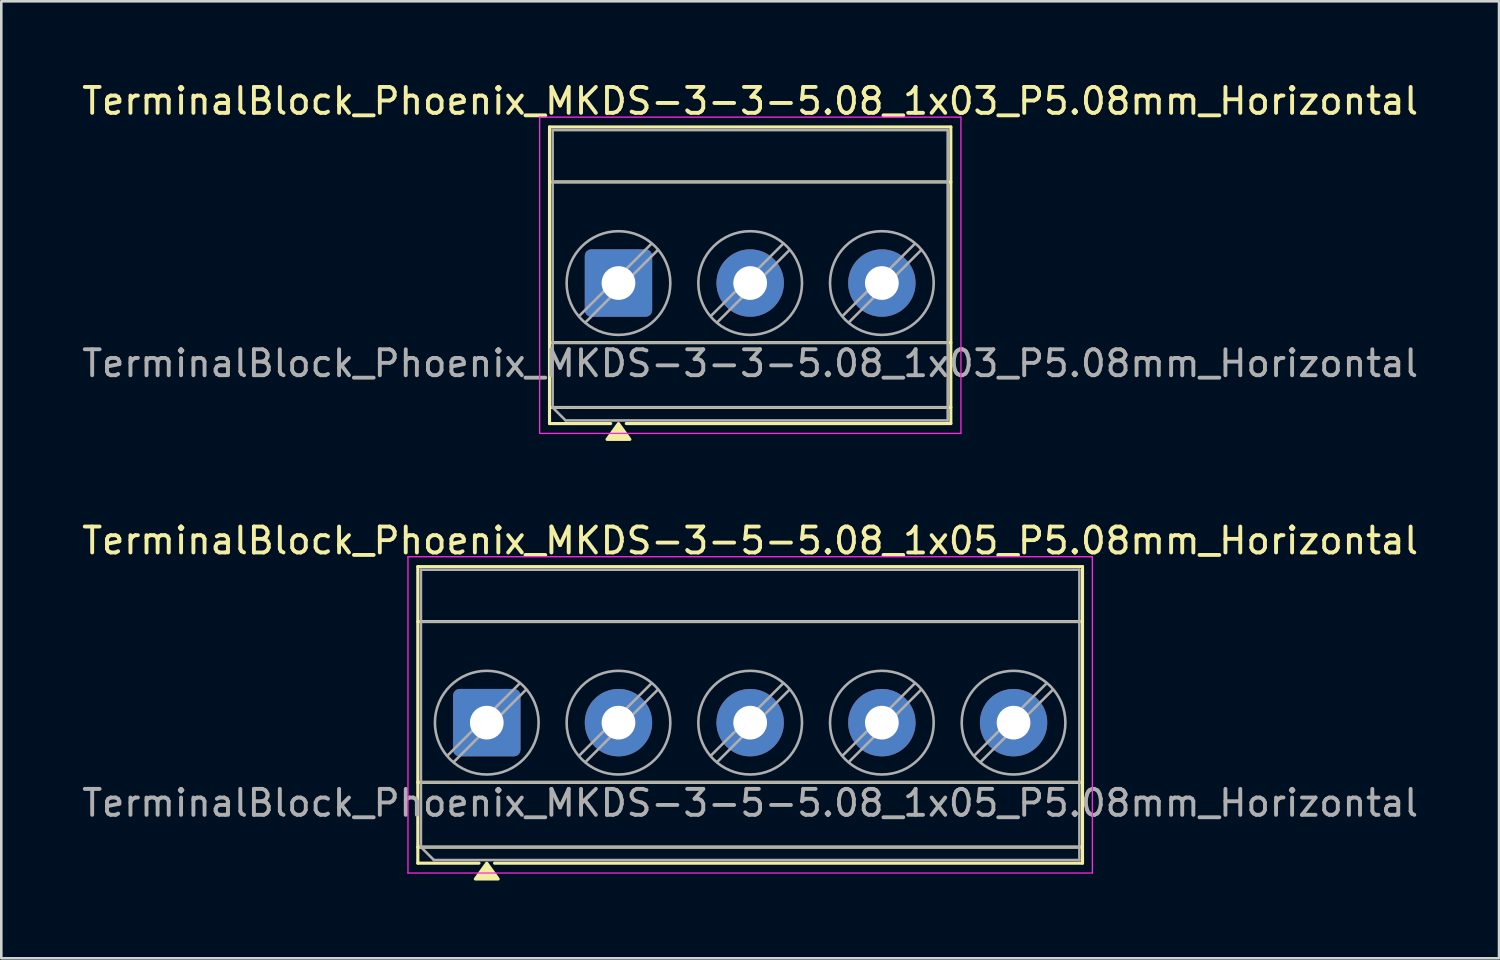
<source format=kicad_pcb>
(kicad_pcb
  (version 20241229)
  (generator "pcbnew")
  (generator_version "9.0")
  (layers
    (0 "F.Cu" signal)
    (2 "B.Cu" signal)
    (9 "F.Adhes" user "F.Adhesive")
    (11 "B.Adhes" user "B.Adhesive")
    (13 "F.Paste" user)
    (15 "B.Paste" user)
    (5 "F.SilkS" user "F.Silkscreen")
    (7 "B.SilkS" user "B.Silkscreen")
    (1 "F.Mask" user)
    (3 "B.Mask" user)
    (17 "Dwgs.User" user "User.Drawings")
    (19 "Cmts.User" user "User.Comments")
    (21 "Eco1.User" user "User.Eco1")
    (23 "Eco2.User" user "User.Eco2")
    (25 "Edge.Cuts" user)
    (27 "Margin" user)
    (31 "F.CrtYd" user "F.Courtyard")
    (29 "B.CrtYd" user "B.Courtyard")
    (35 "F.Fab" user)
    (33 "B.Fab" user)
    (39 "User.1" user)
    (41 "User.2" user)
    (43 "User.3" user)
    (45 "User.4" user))
  (footprint "TerminalBlock_Phoenix_MKDS-3-3-5.08_1x03_P5.08mm_Horizontal"
    (layer "F.Cu")
    (at 20.807 7.868)
    (property "Reference" "TerminalBlock_Phoenix_MKDS-3-3-5.08_1x03_P5.08mm_Horizontal" (at 5.08 -7.02 0) (layer "F.SilkS") (effects (font (size 1 1) (thickness 0.15))))
    (attr through_hole)
    (fp_line (start -2.66 -6.02) (end -2.66 5.42) (stroke (width 0.12) (type solid)) (layer "F.SilkS"))
    (fp_line (start -2.66 -6.02) (end 12.82 -6.02) (stroke (width 0.12) (type solid)) (layer "F.SilkS"))
    (fp_line (start -2.66 -3.9) (end 12.82 -3.9) (stroke (width 0.12) (type solid)) (layer "F.SilkS"))
    (fp_line (start -2.66 2.3) (end 12.82 2.3) (stroke (width 0.12) (type solid)) (layer "F.SilkS"))
    (fp_line (start -2.66 4.8) (end 12.82 4.8) (stroke (width 0.12) (type solid)) (layer "F.SilkS"))
    (fp_line (start -2.66 5.42) (end -0.3 5.42) (stroke (width 0.12) (type solid)) (layer "F.SilkS"))
    (fp_line (start 0.3 5.42) (end 12.82 5.42) (stroke (width 0.12) (type solid)) (layer "F.SilkS"))
    (fp_line (start 12.82 -6.02) (end 12.82 5.42) (stroke (width 0.12) (type solid)) (layer "F.SilkS"))
    (fp_poly (pts (xy 0 5.42) (xy 0.44 6.03) (xy -0.44 6.03)) (stroke (width 0.12) (type solid)) (fill yes) (layer "F.SilkS"))
    (fp_line (start -3.04 -6.4) (end -3.04 5.8) (stroke (width 0.05) (type solid)) (layer "F.CrtYd"))
    (fp_line (start -3.04 5.8) (end 13.21 5.8) (stroke (width 0.05) (type solid)) (layer "F.CrtYd"))
    (fp_line (start 13.21 -6.4) (end -3.04 -6.4) (stroke (width 0.05) (type solid)) (layer "F.CrtYd"))
    (fp_line (start 13.21 5.8) (end 13.21 -6.4) (stroke (width 0.05) (type solid)) (layer "F.CrtYd"))
    (fp_line (start -2.54 -5.9) (end 12.7 -5.9) (stroke (width 0.1) (type solid)) (layer "F.Fab"))
    (fp_line (start -2.54 -3.9) (end 12.7 -3.9) (stroke (width 0.1) (type solid)) (layer "F.Fab"))
    (fp_line (start -2.54 2.3) (end 12.7 2.3) (stroke (width 0.1) (type solid)) (layer "F.Fab"))
    (fp_line (start -2.54 4.8) (end -2.54 -5.9) (stroke (width 0.1) (type solid)) (layer "F.Fab"))
    (fp_line (start -2.54 4.8) (end 12.7 4.8) (stroke (width 0.1) (type solid)) (layer "F.Fab"))
    (fp_line (start -2.04 5.3) (end -2.54 4.8) (stroke (width 0.1) (type solid)) (layer "F.Fab"))
    (fp_line (start 1.273 -1.517) (end -1.517 1.272) (stroke (width 0.1) (type solid)) (layer "F.Fab"))
    (fp_line (start 1.517 -1.273) (end -1.273 1.517) (stroke (width 0.1) (type solid)) (layer "F.Fab"))
    (fp_line (start 6.353 -1.517) (end 3.563 1.272) (stroke (width 0.1) (type solid)) (layer "F.Fab"))
    (fp_line (start 6.597 -1.273) (end 3.807 1.517) (stroke (width 0.1) (type solid)) (layer "F.Fab"))
    (fp_line (start 11.433 -1.517) (end 8.643 1.272) (stroke (width 0.1) (type solid)) (layer "F.Fab"))
    (fp_line (start 11.677 -1.273) (end 8.887 1.517) (stroke (width 0.1) (type solid)) (layer "F.Fab"))
    (fp_line (start 12.7 -5.9) (end 12.7 5.3) (stroke (width 0.1) (type solid)) (layer "F.Fab"))
    (fp_line (start 12.7 5.3) (end -2.04 5.3) (stroke (width 0.1) (type solid)) (layer "F.Fab"))
    (fp_circle (center 0 0) (end 2 0) (stroke (width 0.1) (type solid)) (fill no) (layer "F.Fab"))
    (fp_circle (center 5.08 0) (end 7.08 0) (stroke (width 0.1) (type solid)) (fill no) (layer "F.Fab"))
    (fp_circle (center 10.16 0) (end 12.16 0) (stroke (width 0.1) (type solid)) (fill no) (layer "F.Fab"))
    (fp_text user "${REFERENCE}" (at 5.08 3.1 0) (layer "F.Fab") (effects (font (size 1 1) (thickness 0.15))))
    (pad "1" thru_hole roundrect (at 0 0) (size 2.6 2.6) (drill 1.3) (layers "*.Cu" "*.Mask") (roundrect_rratio 0.096))
    (pad "2" thru_hole circle (at 5.08 0) (size 2.6 2.6) (drill 1.3) (layers "*.Cu" "*.Mask"))
    (pad "3" thru_hole circle (at 10.16 0) (size 2.6 2.6) (drill 1.3) (layers "*.Cu" "*.Mask")))
  (footprint "TerminalBlock_Phoenix_MKDS-3-5-5.08_1x05_P5.08mm_Horizontal"
    (layer "F.Cu")
    (at 15.727 24.826)
    (property "Reference" "TerminalBlock_Phoenix_MKDS-3-5-5.08_1x05_P5.08mm_Horizontal" (at 10.16 -7.02 0) (layer "F.SilkS") (effects (font (size 1 1) (thickness 0.15))))
    (attr through_hole)
    (fp_line (start -2.66 -6.02) (end -2.66 5.42) (stroke (width 0.12) (type solid)) (layer "F.SilkS"))
    (fp_line (start -2.66 -6.02) (end 22.98 -6.02) (stroke (width 0.12) (type solid)) (layer "F.SilkS"))
    (fp_line (start -2.66 -3.9) (end 22.98 -3.9) (stroke (width 0.12) (type solid)) (layer "F.SilkS"))
    (fp_line (start -2.66 2.3) (end 22.98 2.3) (stroke (width 0.12) (type solid)) (layer "F.SilkS"))
    (fp_line (start -2.66 4.8) (end 22.98 4.8) (stroke (width 0.12) (type solid)) (layer "F.SilkS"))
    (fp_line (start -2.66 5.42) (end -0.3 5.42) (stroke (width 0.12) (type solid)) (layer "F.SilkS"))
    (fp_line (start 0.3 5.42) (end 22.98 5.42) (stroke (width 0.12) (type solid)) (layer "F.SilkS"))
    (fp_line (start 22.98 -6.02) (end 22.98 5.42) (stroke (width 0.12) (type solid)) (layer "F.SilkS"))
    (fp_poly (pts (xy 0 5.42) (xy 0.44 6.03) (xy -0.44 6.03)) (stroke (width 0.12) (type solid)) (fill yes) (layer "F.SilkS"))
    (fp_line (start -3.04 -6.4) (end -3.04 5.8) (stroke (width 0.05) (type solid)) (layer "F.CrtYd"))
    (fp_line (start -3.04 5.8) (end 23.36 5.8) (stroke (width 0.05) (type solid)) (layer "F.CrtYd"))
    (fp_line (start 23.36 -6.4) (end -3.04 -6.4) (stroke (width 0.05) (type solid)) (layer "F.CrtYd"))
    (fp_line (start 23.36 5.8) (end 23.36 -6.4) (stroke (width 0.05) (type solid)) (layer "F.CrtYd"))
    (fp_line (start -2.54 -5.9) (end 22.86 -5.9) (stroke (width 0.1) (type solid)) (layer "F.Fab"))
    (fp_line (start -2.54 -3.9) (end 22.86 -3.9) (stroke (width 0.1) (type solid)) (layer "F.Fab"))
    (fp_line (start -2.54 2.3) (end 22.86 2.3) (stroke (width 0.1) (type solid)) (layer "F.Fab"))
    (fp_line (start -2.54 4.8) (end -2.54 -5.9) (stroke (width 0.1) (type solid)) (layer "F.Fab"))
    (fp_line (start -2.54 4.8) (end 22.86 4.8) (stroke (width 0.1) (type solid)) (layer "F.Fab"))
    (fp_line (start -2.04 5.3) (end -2.54 4.8) (stroke (width 0.1) (type solid)) (layer "F.Fab"))
    (fp_line (start 1.273 -1.517) (end -1.517 1.272) (stroke (width 0.1) (type solid)) (layer "F.Fab"))
    (fp_line (start 1.517 -1.273) (end -1.273 1.517) (stroke (width 0.1) (type solid)) (layer "F.Fab"))
    (fp_line (start 6.353 -1.517) (end 3.563 1.272) (stroke (width 0.1) (type solid)) (layer "F.Fab"))
    (fp_line (start 6.597 -1.273) (end 3.807 1.517) (stroke (width 0.1) (type solid)) (layer "F.Fab"))
    (fp_line (start 11.433 -1.517) (end 8.643 1.272) (stroke (width 0.1) (type solid)) (layer "F.Fab"))
    (fp_line (start 11.677 -1.273) (end 8.887 1.517) (stroke (width 0.1) (type solid)) (layer "F.Fab"))
    (fp_line (start 16.513 -1.517) (end 13.723 1.272) (stroke (width 0.1) (type solid)) (layer "F.Fab"))
    (fp_line (start 16.757 -1.273) (end 13.967 1.517) (stroke (width 0.1) (type solid)) (layer "F.Fab"))
    (fp_line (start 21.593 -1.517) (end 18.803 1.272) (stroke (width 0.1) (type solid)) (layer "F.Fab"))
    (fp_line (start 21.837 -1.273) (end 19.047 1.517) (stroke (width 0.1) (type solid)) (layer "F.Fab"))
    (fp_line (start 22.86 -5.9) (end 22.86 5.3) (stroke (width 0.1) (type solid)) (layer "F.Fab"))
    (fp_line (start 22.86 5.3) (end -2.04 5.3) (stroke (width 0.1) (type solid)) (layer "F.Fab"))
    (fp_circle (center 0 0) (end 2 0) (stroke (width 0.1) (type solid)) (fill no) (layer "F.Fab"))
    (fp_circle (center 5.08 0) (end 7.08 0) (stroke (width 0.1) (type solid)) (fill no) (layer "F.Fab"))
    (fp_circle (center 10.16 0) (end 12.16 0) (stroke (width 0.1) (type solid)) (fill no) (layer "F.Fab"))
    (fp_circle (center 15.24 0) (end 17.24 0) (stroke (width 0.1) (type solid)) (fill no) (layer "F.Fab"))
    (fp_circle (center 20.32 0) (end 22.32 0) (stroke (width 0.1) (type solid)) (fill no) (layer "F.Fab"))
    (fp_text user "${REFERENCE}" (at 10.16 3.1 0) (layer "F.Fab") (effects (font (size 1 1) (thickness 0.15))))
    (pad "1" thru_hole roundrect (at 0 0) (size 2.6 2.6) (drill 1.3) (layers "*.Cu" "*.Mask") (roundrect_rratio 0.096))
    (pad "2" thru_hole circle (at 5.08 0) (size 2.6 2.6) (drill 1.3) (layers "*.Cu" "*.Mask"))
    (pad "3" thru_hole circle (at 10.16 0) (size 2.6 2.6) (drill 1.3) (layers "*.Cu" "*.Mask"))
    (pad "4" thru_hole circle (at 15.24 0) (size 2.6 2.6) (drill 1.3) (layers "*.Cu" "*.Mask"))
    (pad "5" thru_hole circle (at 20.32 0) (size 2.6 2.6) (drill 1.3) (layers "*.Cu" "*.Mask")))
  (gr_rect
    (start -3 -3)
    (end 54.774 33.916)
    (stroke (width 0.1) (type default))
    (fill no)
    (layer "Edge.Cuts")))
</source>
